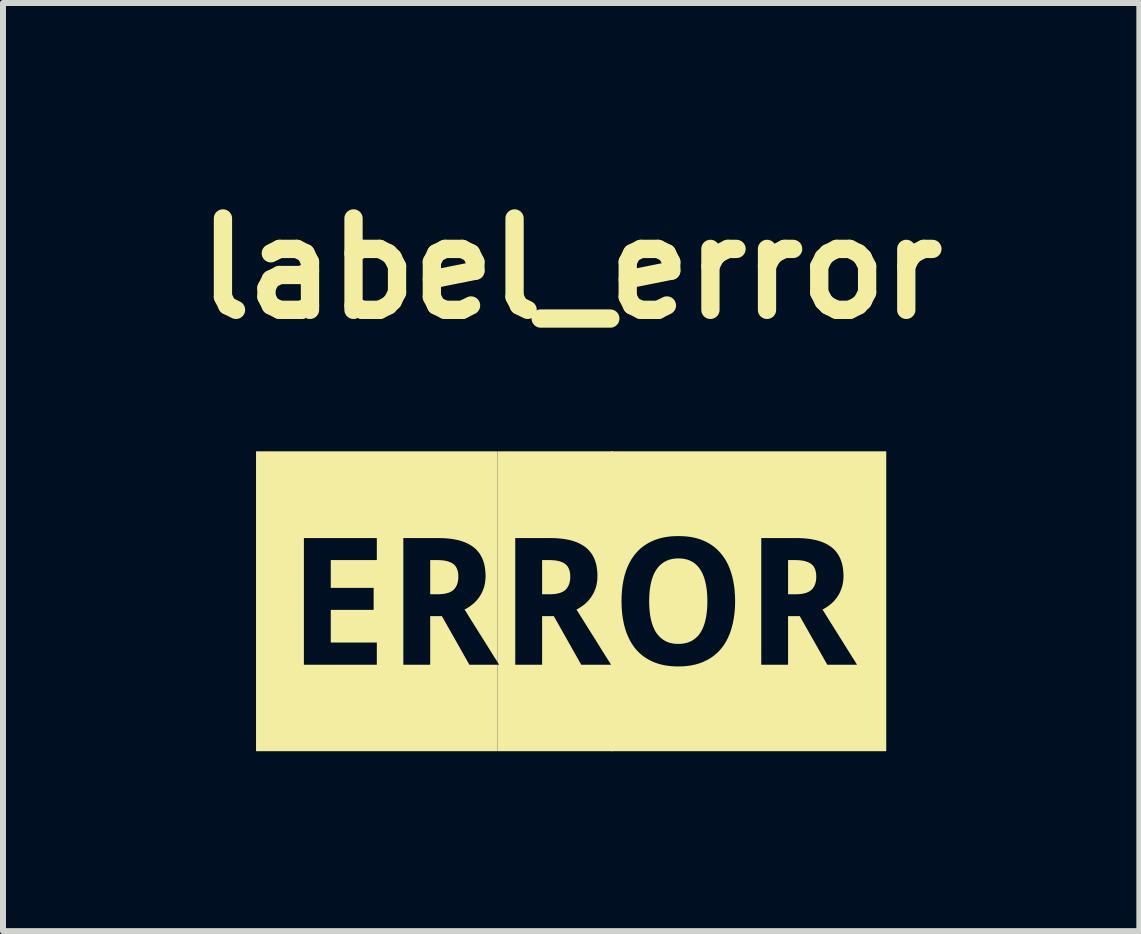
<source format=kicad_pcb>
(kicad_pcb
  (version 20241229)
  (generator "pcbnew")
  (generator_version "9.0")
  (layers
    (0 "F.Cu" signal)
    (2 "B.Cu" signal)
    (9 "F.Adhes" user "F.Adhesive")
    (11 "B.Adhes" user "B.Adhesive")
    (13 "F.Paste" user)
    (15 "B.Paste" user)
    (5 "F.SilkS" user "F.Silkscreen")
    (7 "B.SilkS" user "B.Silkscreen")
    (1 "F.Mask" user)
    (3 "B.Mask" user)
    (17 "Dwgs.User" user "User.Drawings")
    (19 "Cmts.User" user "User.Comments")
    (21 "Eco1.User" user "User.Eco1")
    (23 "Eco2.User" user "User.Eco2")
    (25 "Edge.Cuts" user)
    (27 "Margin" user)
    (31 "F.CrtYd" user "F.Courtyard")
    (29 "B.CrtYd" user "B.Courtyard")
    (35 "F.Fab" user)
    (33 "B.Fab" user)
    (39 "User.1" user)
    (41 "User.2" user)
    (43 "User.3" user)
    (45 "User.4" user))
  (footprint "label_error"
    (layer "F.Cu")
    (at 6.473 6.975)
    (property "Reference" "label_error" (at 0 -5.548 0) (layer "F.SilkS") (effects (font (size 1.524 1.524) (thickness 0.305))))
    (attr smd)
    (fp_poly (pts (xy -2.35 -0.687) (xy -2.35 -0.116) (xy -2.229 -0.116) (xy -2.211 -0.116) (xy -2.194 -0.117) (xy -2.178 -0.118) (xy -2.162 -0.119) (xy -2.146 -0.12) (xy -2.131 -0.122) (xy -2.116 -0.124) (xy -2.102 -0.127) (xy -2.088 -0.13) (xy -2.075 -0.133) (xy -2.063 -0.136) (xy -2.05 -0.14) (xy -2.038 -0.144) (xy -2.027 -0.149) (xy -2.016 -0.154) (xy -2.006 -0.159) (xy -1.996 -0.164) (xy -1.987 -0.17) (xy -1.978 -0.177) (xy -1.969 -0.183) (xy -1.962 -0.19) (xy -1.953 -0.198) (xy -1.945 -0.207) (xy -1.937 -0.217) (xy -1.93 -0.227) (xy -1.923 -0.237) (xy -1.917 -0.248) (xy -1.911 -0.259) (xy -1.906 -0.27) (xy -1.901 -0.282) (xy -1.897 -0.295) (xy -1.893 -0.307) (xy -1.89 -0.321) (xy -1.887 -0.334) (xy -1.885 -0.349) (xy -1.883 -0.363) (xy -1.882 -0.378) (xy -1.881 -0.393) (xy -1.881 -0.409) (xy -1.881 -0.426) (xy -1.882 -0.442) (xy -1.883 -0.457) (xy -1.885 -0.472) (xy -1.888 -0.486) (xy -1.891 -0.5) (xy -1.894 -0.513) (xy -1.898 -0.526) (xy -1.903 -0.538) (xy -1.908 -0.549) (xy -1.913 -0.561) (xy -1.919 -0.571) (xy -1.926 -0.581) (xy -1.933 -0.591) (xy -1.941 -0.6) (xy -1.949 -0.608) (xy -1.958 -0.616) (xy -1.968 -0.623) (xy -1.976 -0.629) (xy -1.985 -0.635) (xy -1.994 -0.64) (xy -2.004 -0.645) (xy -2.014 -0.65) (xy -2.025 -0.654) (xy -2.036 -0.658) (xy -2.047 -0.662) (xy -2.059 -0.666) (xy -2.072 -0.669) (xy -2.084 -0.672) (xy -2.098 -0.675) (xy -2.111 -0.677) (xy -2.125 -0.68) (xy -2.14 -0.681) (xy -2.155 -0.683) (xy -2.17 -0.684) (xy -2.186 -0.685) (xy -2.202 -0.686) (xy -2.219 -0.686) (xy -2.236 -0.687) (xy -2.35 -0.687)) (stroke (width 0) (type solid)) (fill yes) (layer "F.SilkS"))
    (fp_poly (pts (xy -0.484 -0.687) (xy -0.484 -0.116) (xy -0.363 -0.116) (xy -0.345 -0.116) (xy -0.328 -0.117) (xy -0.312 -0.118) (xy -0.296 -0.119) (xy -0.28 -0.12) (xy -0.265 -0.122) (xy -0.25 -0.124) (xy -0.236 -0.127) (xy -0.223 -0.13) (xy -0.209 -0.133) (xy -0.197 -0.136) (xy -0.184 -0.14) (xy -0.173 -0.144) (xy -0.161 -0.149) (xy -0.15 -0.154) (xy -0.14 -0.159) (xy -0.13 -0.164) (xy -0.121 -0.17) (xy -0.112 -0.177) (xy -0.104 -0.183) (xy -0.096 -0.19) (xy -0.087 -0.198) (xy -0.079 -0.207) (xy -0.071 -0.217) (xy -0.064 -0.227) (xy -0.057 -0.237) (xy -0.051 -0.248) (xy -0.045 -0.259) (xy -0.04 -0.27) (xy -0.035 -0.282) (xy -0.031 -0.295) (xy -0.027 -0.307) (xy -0.024 -0.321) (xy -0.021 -0.334) (xy -0.019 -0.349) (xy -0.017 -0.363) (xy -0.016 -0.378) (xy -0.015 -0.393) (xy -0.015 -0.409) (xy -0.015 -0.426) (xy -0.016 -0.442) (xy -0.017 -0.457) (xy -0.019 -0.472) (xy -0.021 -0.486) (xy -0.024 -0.5) (xy -0.028 -0.513) (xy -0.032 -0.526) (xy -0.036 -0.538) (xy -0.042 -0.549) (xy -0.047 -0.561) (xy -0.053 -0.571) (xy -0.06 -0.581) (xy -0.067 -0.591) (xy -0.075 -0.6) (xy -0.083 -0.608) (xy -0.092 -0.616) (xy -0.102 -0.623) (xy -0.11 -0.629) (xy -0.119 -0.635) (xy -0.128 -0.64) (xy -0.138 -0.645) (xy -0.148 -0.65) (xy -0.159 -0.654) (xy -0.17 -0.658) (xy -0.181 -0.662) (xy -0.193 -0.666) (xy -0.206 -0.669) (xy -0.219 -0.672) (xy -0.232 -0.675) (xy -0.245 -0.677) (xy -0.259 -0.68) (xy -0.274 -0.681) (xy -0.289 -0.683) (xy -0.304 -0.684) (xy -0.32 -0.685) (xy -0.336 -0.686) (xy -0.353 -0.686) (xy -0.37 -0.687) (xy -0.484 -0.687)) (stroke (width 0) (type solid)) (fill yes) (layer "F.SilkS"))
    (fp_poly (pts (xy 3.617 -0.687) (xy 3.617 -0.116) (xy 3.739 -0.116) (xy 3.756 -0.116) (xy 3.773 -0.117) (xy 3.79 -0.118) (xy 3.806 -0.119) (xy 3.821 -0.12) (xy 3.837 -0.122) (xy 3.851 -0.124) (xy 3.865 -0.127) (xy 3.879 -0.13) (xy 3.892 -0.133) (xy 3.905 -0.136) (xy 3.917 -0.14) (xy 3.929 -0.144) (xy 3.94 -0.149) (xy 3.951 -0.154) (xy 3.961 -0.159) (xy 3.971 -0.164) (xy 3.981 -0.17) (xy 3.99 -0.177) (xy 3.998 -0.183) (xy 4.006 -0.19) (xy 4.015 -0.198) (xy 4.023 -0.207) (xy 4.031 -0.217) (xy 4.038 -0.227) (xy 4.045 -0.237) (xy 4.051 -0.248) (xy 4.057 -0.259) (xy 4.062 -0.27) (xy 4.067 -0.282) (xy 4.071 -0.295) (xy 4.075 -0.307) (xy 4.078 -0.321) (xy 4.081 -0.334) (xy 4.083 -0.349) (xy 4.085 -0.363) (xy 4.086 -0.378) (xy 4.087 -0.393) (xy 4.087 -0.409) (xy 4.087 -0.426) (xy 4.086 -0.442) (xy 4.085 -0.457) (xy 4.083 -0.472) (xy 4.08 -0.486) (xy 4.077 -0.5) (xy 4.074 -0.513) (xy 4.07 -0.526) (xy 4.065 -0.538) (xy 4.06 -0.549) (xy 4.055 -0.561) (xy 4.049 -0.571) (xy 4.042 -0.581) (xy 4.035 -0.591) (xy 4.027 -0.6) (xy 4.019 -0.608) (xy 4.01 -0.616) (xy 4 -0.623) (xy 3.992 -0.629) (xy 3.983 -0.635) (xy 3.974 -0.64) (xy 3.964 -0.645) (xy 3.954 -0.65) (xy 3.943 -0.654) (xy 3.932 -0.658) (xy 3.92 -0.662) (xy 3.909 -0.666) (xy 3.896 -0.669) (xy 3.883 -0.672) (xy 3.87 -0.675) (xy 3.856 -0.677) (xy 3.842 -0.68) (xy 3.828 -0.681) (xy 3.813 -0.683) (xy 3.797 -0.684) (xy 3.782 -0.685) (xy 3.765 -0.686) (xy 3.749 -0.686) (xy 3.731 -0.687) (xy 3.617 -0.687)) (stroke (width 0) (type solid)) (fill yes) (layer "F.SilkS"))
    (fp_poly (pts (xy -0.932 -1.054) (xy -1.23 -2.5) (xy -1.23 1.01) (xy -1.225 1.017) (xy -1.201 1.058) (xy -1.23 1.058) (xy -1.23 2.5) (xy 0.7 2.5) (xy 0.7 -2.5) (xy -1.23 -2.5) (xy -0.932 -1.054) (xy -0.354 -1.054) (xy -0.337 -1.054) (xy -0.319 -1.053) (xy -0.302 -1.053) (xy -0.285 -1.052) (xy -0.268 -1.052) (xy -0.252 -1.051) (xy -0.236 -1.05) (xy -0.219 -1.049) (xy -0.203 -1.048) (xy -0.188 -1.046) (xy -0.172 -1.045) (xy -0.157 -1.043) (xy -0.142 -1.041) (xy -0.127 -1.039) (xy -0.112 -1.037) (xy -0.098 -1.035) (xy -0.083 -1.032) (xy -0.069 -1.029) (xy -0.055 -1.027) (xy -0.041 -1.024) (xy -0.028 -1.021) (xy -0.015 -1.018) (xy -0.001 -1.014) (xy 0.011 -1.011) (xy 0.024 -1.007) (xy 0.037 -1.003) (xy 0.049 -0.999) (xy 0.061 -0.995) (xy 0.073 -0.991) (xy 0.085 -0.987) (xy 0.096 -0.982) (xy 0.108 -0.977) (xy 0.119 -0.972) (xy 0.13 -0.967) (xy 0.14 -0.962) (xy 0.151 -0.957) (xy 0.161 -0.952) (xy 0.171 -0.946) (xy 0.181 -0.94) (xy 0.191 -0.934) (xy 0.2 -0.928) (xy 0.21 -0.922) (xy 0.219 -0.916) (xy 0.228 -0.909) (xy 0.237 -0.903) (xy 0.245 -0.896) (xy 0.255 -0.888) (xy 0.264 -0.88) (xy 0.274 -0.871) (xy 0.283 -0.862) (xy 0.291 -0.853) (xy 0.3 -0.844) (xy 0.308 -0.835) (xy 0.316 -0.825) (xy 0.324 -0.815) (xy 0.332 -0.805) (xy 0.339 -0.795) (xy 0.346 -0.785) (xy 0.353 -0.774) (xy 0.359 -0.763) (xy 0.365 -0.752) (xy 0.371 -0.741) (xy 0.377 -0.729) (xy 0.382 -0.717) (xy 0.388 -0.705) (xy 0.393 -0.693) (xy 0.397 -0.681) (xy 0.402 -0.668) (xy 0.406 -0.655) (xy 0.41 -0.642) (xy 0.414 -0.629) (xy 0.417 -0.616) (xy 0.42 -0.602) (xy 0.423 -0.588) (xy 0.426 -0.574) (xy 0.428 -0.559) (xy 0.43 -0.545) (xy 0.432 -0.53) (xy 0.434 -0.515) (xy 0.435 -0.5) (xy 0.436 -0.485) (xy 0.437 -0.469) (xy 0.438 -0.453) (xy 0.438 -0.437) (xy 0.438 -0.421) (xy 0.438 -0.407) (xy 0.438 -0.392) (xy 0.437 -0.378) (xy 0.436 -0.365) (xy 0.435 -0.351) (xy 0.434 -0.337) (xy 0.432 -0.324) (xy 0.43 -0.311) (xy 0.428 -0.298) (xy 0.426 -0.286) (xy 0.423 -0.273) (xy 0.42 -0.261) (xy 0.417 -0.248) (xy 0.414 -0.236) (xy 0.41 -0.225) (xy 0.405 -0.211) (xy 0.4 -0.198) (xy 0.395 -0.185) (xy 0.39 -0.172) (xy 0.385 -0.16) (xy 0.379 -0.147) (xy 0.373 -0.135) (xy 0.366 -0.123) (xy 0.36 -0.111) (xy 0.353 -0.1) (xy 0.346 -0.089) (xy 0.339 -0.078) (xy 0.332 -0.067) (xy 0.324 -0.056) (xy 0.315 -0.045) (xy 0.307 -0.034) (xy 0.298 -0.024) (xy 0.289 -0.013) (xy 0.28 -0.003) (xy 0.271 0.007) (xy 0.261 0.016) (xy 0.251 0.026) (xy 0.241 0.035) (xy 0.231 0.044) (xy 0.221 0.053) (xy 0.21 0.061) (xy 0.2 0.069) (xy 0.189 0.077) (xy 0.178 0.085) (xy 0.168 0.092) (xy 0.157 0.099) (xy 0.146 0.106) (xy 0.135 0.113) (xy 0.123 0.12) (xy 0.112 0.126) (xy 0.101 0.132) (xy 0.089 0.138) (xy 0.097 0.151) (xy 0.105 0.164) (xy 0.113 0.177) (xy 0.122 0.19) (xy 0.13 0.203) (xy 0.138 0.216) (xy 0.146 0.229) (xy 0.153 0.241) (xy 0.161 0.254) (xy 0.169 0.266) (xy 0.177 0.279) (xy 0.185 0.291) (xy 0.192 0.303) (xy 0.2 0.316) (xy 0.208 0.328) (xy 0.215 0.34) (xy 0.223 0.352) (xy 0.23 0.364) (xy 0.237 0.375) (xy 0.245 0.387) (xy 0.252 0.399) (xy 0.26 0.411) (xy 0.267 0.422) (xy 0.274 0.434) (xy 0.281 0.445) (xy 0.288 0.456) (xy 0.295 0.468) (xy 0.302 0.479) (xy 0.309 0.49) (xy 0.316 0.501) (xy 0.323 0.512) (xy 0.33 0.523) (xy 0.337 0.534) (xy 0.344 0.544) (xy 0.35 0.555) (xy 0.357 0.566) (xy 0.364 0.576) (xy 0.37 0.587) (xy 0.377 0.597) (xy 0.384 0.609) (xy 0.391 0.62) (xy 0.399 0.632) (xy 0.406 0.643) (xy 0.413 0.654) (xy 0.42 0.666) (xy 0.427 0.677) (xy 0.434 0.688) (xy 0.441 0.699) (xy 0.448 0.711) (xy 0.455 0.722) (xy 0.462 0.733) (xy 0.468 0.744) (xy 0.475 0.755) (xy 0.482 0.766) (xy 0.49 0.778) (xy 0.498 0.791) (xy 0.505 0.803) (xy 0.513 0.815) (xy 0.52 0.827) (xy 0.528 0.838) (xy 0.535 0.85) (xy 0.542 0.861) (xy 0.549 0.872) (xy 0.555 0.883) (xy 0.562 0.893) (xy 0.568 0.904) (xy 0.575 0.914) (xy 0.583 0.928) (xy 0.592 0.941) (xy 0.6 0.954) (xy 0.608 0.966) (xy 0.615 0.978) (xy 0.622 0.988) (xy 0.629 0.999) (xy 0.635 1.008) (xy 0.641 1.017) (xy 0.666 1.058) (xy 0.168 1.058) (xy -0.289 0.248) (xy -0.484 0.248) (xy -0.484 1.058) (xy -0.932 1.058) (xy -0.932 -1.054)) (stroke (width 0) (type solid)) (fill yes) (layer "F.SilkS"))
    (fp_poly (pts (xy -4.456 -1.054) (xy -5.254 -2.5) (xy -5.254 2.5) (xy -1.23 2.5) (xy -1.23 1.058) (xy -1.697 1.058) (xy -2.155 0.248) (xy -2.35 0.248) (xy -2.35 1.058) (xy -2.798 1.058) (xy -2.798 -1.054) (xy -2.22 -1.054) (xy -2.202 -1.054) (xy -2.185 -1.053) (xy -2.168 -1.053) (xy -2.151 -1.052) (xy -2.134 -1.052) (xy -2.118 -1.051) (xy -2.101 -1.05) (xy -2.085 -1.049) (xy -2.069 -1.048) (xy -2.054 -1.046) (xy -2.038 -1.045) (xy -2.023 -1.043) (xy -2.008 -1.041) (xy -1.993 -1.039) (xy -1.978 -1.037) (xy -1.963 -1.035) (xy -1.949 -1.032) (xy -1.935 -1.029) (xy -1.921 -1.027) (xy -1.907 -1.024) (xy -1.894 -1.021) (xy -1.88 -1.018) (xy -1.867 -1.014) (xy -1.854 -1.011) (xy -1.842 -1.007) (xy -1.829 -1.003) (xy -1.817 -0.999) (xy -1.805 -0.995) (xy -1.793 -0.991) (xy -1.781 -0.987) (xy -1.77 -0.982) (xy -1.758 -0.977) (xy -1.747 -0.972) (xy -1.736 -0.967) (xy -1.726 -0.962) (xy -1.715 -0.957) (xy -1.705 -0.952) (xy -1.695 -0.946) (xy -1.685 -0.94) (xy -1.675 -0.934) (xy -1.665 -0.928) (xy -1.656 -0.922) (xy -1.647 -0.916) (xy -1.638 -0.909) (xy -1.629 -0.903) (xy -1.621 -0.896) (xy -1.611 -0.888) (xy -1.602 -0.88) (xy -1.592 -0.871) (xy -1.583 -0.862) (xy -1.574 -0.853) (xy -1.566 -0.844) (xy -1.558 -0.835) (xy -1.55 -0.825) (xy -1.542 -0.815) (xy -1.534 -0.805) (xy -1.527 -0.795) (xy -1.52 -0.785) (xy -1.513 -0.774) (xy -1.507 -0.763) (xy -1.501 -0.752) (xy -1.495 -0.741) (xy -1.489 -0.729) (xy -1.483 -0.717) (xy -1.478 -0.705) (xy -1.473 -0.693) (xy -1.469 -0.681) (xy -1.464 -0.668) (xy -1.46 -0.655) (xy -1.456 -0.642) (xy -1.452 -0.629) (xy -1.449 -0.616) (xy -1.446 -0.602) (xy -1.443 -0.588) (xy -1.44 -0.574) (xy -1.438 -0.559) (xy -1.436 -0.545) (xy -1.434 -0.53) (xy -1.432 -0.515) (xy -1.431 -0.5) (xy -1.429 -0.485) (xy -1.429 -0.469) (xy -1.428 -0.453) (xy -1.427 -0.437) (xy -1.427 -0.421) (xy -1.427 -0.407) (xy -1.428 -0.392) (xy -1.429 -0.378) (xy -1.429 -0.365) (xy -1.431 -0.351) (xy -1.432 -0.337) (xy -1.434 -0.324) (xy -1.435 -0.311) (xy -1.438 -0.298) (xy -1.44 -0.286) (xy -1.443 -0.273) (xy -1.446 -0.261) (xy -1.449 -0.248) (xy -1.452 -0.236) (xy -1.456 -0.225) (xy -1.461 -0.211) (xy -1.465 -0.198) (xy -1.47 -0.185) (xy -1.476 -0.172) (xy -1.481 -0.16) (xy -1.487 -0.147) (xy -1.493 -0.135) (xy -1.499 -0.123) (xy -1.506 -0.111) (xy -1.513 -0.1) (xy -1.52 -0.089) (xy -1.527 -0.078) (xy -1.534 -0.067) (xy -1.542 -0.056) (xy -1.551 -0.045) (xy -1.559 -0.034) (xy -1.568 -0.024) (xy -1.577 -0.013) (xy -1.586 -0.003) (xy -1.595 0.007) (xy -1.605 0.016) (xy -1.615 0.026) (xy -1.625 0.035) (xy -1.635 0.044) (xy -1.646 0.053) (xy -1.656 0.061) (xy -1.667 0.069) (xy -1.677 0.077) (xy -1.688 0.085) (xy -1.699 0.092) (xy -1.709 0.099) (xy -1.72 0.106) (xy -1.731 0.113) (xy -1.743 0.12) (xy -1.754 0.126) (xy -1.765 0.132) (xy -1.777 0.138) (xy -1.769 0.151) (xy -1.76 0.164) (xy -1.752 0.177) (xy -1.744 0.19) (xy -1.736 0.203) (xy -1.728 0.216) (xy -1.72 0.229) (xy -1.712 0.241) (xy -1.705 0.254) (xy -1.697 0.266) (xy -1.689 0.279) (xy -1.681 0.291) (xy -1.674 0.303) (xy -1.666 0.316) (xy -1.659 0.328) (xy -1.651 0.34) (xy -1.643 0.352) (xy -1.636 0.364) (xy -1.629 0.375) (xy -1.621 0.387) (xy -1.614 0.399) (xy -1.607 0.411) (xy -1.599 0.422) (xy -1.592 0.434) (xy -1.585 0.445) (xy -1.578 0.456) (xy -1.571 0.468) (xy -1.564 0.479) (xy -1.557 0.49) (xy -1.55 0.501) (xy -1.543 0.512) (xy -1.536 0.523) (xy -1.53 0.534) (xy -1.523 0.544) (xy -1.516 0.555) (xy -1.509 0.566) (xy -1.503 0.576) (xy -1.496 0.587) (xy -1.49 0.597) (xy -1.482 0.609) (xy -1.475 0.62) (xy -1.468 0.632) (xy -1.461 0.643) (xy -1.453 0.654) (xy -1.446 0.666) (xy -1.439 0.677) (xy -1.432 0.688) (xy -1.425 0.699) (xy -1.418 0.711) (xy -1.411 0.722) (xy -1.404 0.733) (xy -1.397 0.744) (xy -1.391 0.755) (xy -1.384 0.766) (xy -1.376 0.778) (xy -1.368 0.791) (xy -1.36 0.803) (xy -1.353 0.815) (xy -1.346 0.827) (xy -1.338 0.838) (xy -1.331 0.85) (xy -1.324 0.861) (xy -1.318 0.872) (xy -1.311 0.883) (xy -1.304 0.893) (xy -1.298 0.904) (xy -1.292 0.914) (xy -1.284 0.927) (xy -1.276 0.939) (xy -1.268 0.951) (xy -1.261 0.962) (xy -1.254 0.972) (xy -1.248 0.982) (xy -1.242 0.992) (xy -1.236 1.001) (xy -1.23 1.01) (xy -1.23 -2.5) (xy -5.254 -2.5) (xy -4.456 -1.054) (xy -3.24 -1.054) (xy -3.24 -0.687) (xy -4.008 -0.687) (xy -4.008 -0.223) (xy -3.293 -0.223) (xy -3.293 0.144) (xy -4.008 0.144) (xy -4.008 0.688) (xy -3.24 0.688) (xy -3.24 1.058) (xy -4.456 1.058) (xy -4.456 -1.054)) (stroke (width 0) (type solid)) (fill yes) (layer "F.SilkS"))
    (fp_poly (pts (xy 1.789 -0.714) (xy 1.774 -0.714) (xy 1.76 -0.713) (xy 1.746 -0.713) (xy 1.732 -0.711) (xy 1.718 -0.71) (xy 1.705 -0.708) (xy 1.691 -0.706) (xy 1.678 -0.703) (xy 1.665 -0.7) (xy 1.653 -0.697) (xy 1.641 -0.694) (xy 1.628 -0.69) (xy 1.617 -0.685) (xy 1.605 -0.681) (xy 1.593 -0.676) (xy 1.582 -0.671) (xy 1.571 -0.665) (xy 1.56 -0.659) (xy 1.549 -0.652) (xy 1.538 -0.645) (xy 1.527 -0.638) (xy 1.517 -0.63) (xy 1.506 -0.622) (xy 1.496 -0.614) (xy 1.487 -0.605) (xy 1.477 -0.596) (xy 1.468 -0.587) (xy 1.459 -0.577) (xy 1.45 -0.567) (xy 1.442 -0.557) (xy 1.434 -0.546) (xy 1.426 -0.535) (xy 1.418 -0.523) (xy 1.412 -0.513) (xy 1.405 -0.502) (xy 1.399 -0.491) (xy 1.393 -0.48) (xy 1.387 -0.469) (xy 1.382 -0.457) (xy 1.377 -0.446) (xy 1.371 -0.433) (xy 1.366 -0.421) (xy 1.362 -0.408) (xy 1.357 -0.396) (xy 1.352 -0.382) (xy 1.348 -0.369) (xy 1.344 -0.355) (xy 1.34 -0.342) (xy 1.337 -0.327) (xy 1.333 -0.313) (xy 1.33 -0.298) (xy 1.327 -0.286) (xy 1.325 -0.274) (xy 1.322 -0.262) (xy 1.32 -0.25) (xy 1.318 -0.237) (xy 1.316 -0.224) (xy 1.314 -0.211) (xy 1.313 -0.198) (xy 1.311 -0.185) (xy 1.31 -0.172) (xy 1.308 -0.158) (xy 1.307 -0.145) (xy 1.306 -0.131) (xy 1.305 -0.117) (xy 1.304 -0.103) (xy 1.303 -0.089) (xy 1.303 -0.075) (xy 1.302 -0.06) (xy 1.302 -0.045) (xy 1.301 -0.031) (xy 1.301 -0.016) (xy 1.301 -0.001) (xy 1.301 0.014) (xy 1.301 0.029) (xy 1.302 0.044) (xy 1.302 0.058) (xy 1.303 0.073) (xy 1.303 0.087) (xy 1.304 0.101) (xy 1.305 0.116) (xy 1.306 0.129) (xy 1.307 0.143) (xy 1.308 0.157) (xy 1.31 0.17) (xy 1.311 0.184) (xy 1.313 0.197) (xy 1.314 0.21) (xy 1.316 0.223) (xy 1.318 0.236) (xy 1.32 0.249) (xy 1.322 0.261) (xy 1.325 0.274) (xy 1.327 0.286) (xy 1.33 0.298) (xy 1.333 0.312) (xy 1.337 0.327) (xy 1.34 0.341) (xy 1.344 0.354) (xy 1.348 0.368) (xy 1.352 0.381) (xy 1.357 0.394) (xy 1.362 0.407) (xy 1.366 0.42) (xy 1.371 0.432) (xy 1.377 0.444) (xy 1.382 0.456) (xy 1.387 0.468) (xy 1.393 0.479) (xy 1.399 0.49) (xy 1.405 0.501) (xy 1.412 0.512) (xy 1.418 0.522) (xy 1.426 0.534) (xy 1.435 0.546) (xy 1.443 0.557) (xy 1.452 0.568) (xy 1.462 0.578) (xy 1.471 0.588) (xy 1.481 0.598) (xy 1.491 0.607) (xy 1.502 0.616) (xy 1.512 0.625) (xy 1.523 0.633) (xy 1.534 0.641) (xy 1.546 0.648) (xy 1.558 0.656) (xy 1.57 0.662) (xy 1.58 0.668) (xy 1.591 0.673) (xy 1.603 0.678) (xy 1.614 0.683) (xy 1.626 0.687) (xy 1.638 0.691) (xy 1.65 0.694) (xy 1.663 0.698) (xy 1.676 0.7) (xy 1.689 0.703) (xy 1.702 0.705) (xy 1.715 0.707) (xy 1.729 0.709) (xy 1.743 0.71) (xy 1.757 0.711) (xy 1.772 0.711) (xy 1.786 0.711) (xy 1.801 0.711) (xy 1.816 0.711) (xy 1.83 0.71) (xy 1.845 0.709) (xy 1.859 0.707) (xy 1.872 0.705) (xy 1.886 0.703) (xy 1.899 0.7) (xy 1.912 0.698) (xy 1.924 0.694) (xy 1.937 0.691) (xy 1.949 0.687) (xy 1.961 0.683) (xy 1.972 0.678) (xy 1.984 0.673) (xy 1.995 0.668) (xy 2.006 0.662) (xy 2.018 0.656) (xy 2.03 0.648) (xy 2.041 0.641) (xy 2.052 0.633) (xy 2.063 0.625) (xy 2.074 0.616) (xy 2.084 0.607) (xy 2.094 0.598) (xy 2.104 0.588) (xy 2.114 0.578) (xy 2.123 0.568) (xy 2.132 0.557) (xy 2.14 0.546) (xy 2.148 0.534) (xy 2.156 0.522) (xy 2.163 0.512) (xy 2.169 0.501) (xy 2.175 0.49) (xy 2.181 0.479) (xy 2.187 0.468) (xy 2.192 0.456) (xy 2.197 0.444) (xy 2.202 0.432) (xy 2.207 0.42) (xy 2.212 0.407) (xy 2.217 0.394) (xy 2.221 0.381) (xy 2.225 0.368) (xy 2.229 0.354) (xy 2.233 0.341) (xy 2.236 0.327) (xy 2.239 0.312) (xy 2.243 0.298) (xy 2.245 0.286) (xy 2.248 0.274) (xy 2.25 0.261) (xy 2.252 0.249) (xy 2.254 0.236) (xy 2.256 0.223) (xy 2.258 0.21) (xy 2.26 0.197) (xy 2.261 0.184) (xy 2.263 0.17) (xy 2.264 0.157) (xy 2.265 0.143) (xy 2.267 0.129) (xy 2.268 0.116) (xy 2.268 0.101) (xy 2.269 0.087) (xy 2.27 0.073) (xy 2.27 0.058) (xy 2.271 0.044) (xy 2.271 0.029) (xy 2.271 0.014) (xy 2.271 -0.001) (xy 2.271 -0.016) (xy 2.271 -0.031) (xy 2.271 -0.045) (xy 2.27 -0.06) (xy 2.27 -0.075) (xy 2.269 -0.089) (xy 2.268 -0.103) (xy 2.268 -0.117) (xy 2.267 -0.131) (xy 2.265 -0.145) (xy 2.264 -0.158) (xy 2.263 -0.172) (xy 2.261 -0.185) (xy 2.26 -0.198) (xy 2.258 -0.211) (xy 2.256 -0.224) (xy 2.254 -0.237) (xy 2.252 -0.25) (xy 2.25 -0.262) (xy 2.248 -0.274) (xy 2.245 -0.286) (xy 2.243 -0.298) (xy 2.239 -0.313) (xy 2.236 -0.327) (xy 2.233 -0.342) (xy 2.229 -0.355) (xy 2.225 -0.369) (xy 2.221 -0.382) (xy 2.217 -0.396) (xy 2.212 -0.408) (xy 2.207 -0.421) (xy 2.202 -0.433) (xy 2.197 -0.446) (xy 2.192 -0.457) (xy 2.187 -0.469) (xy 2.181 -0.48) (xy 2.175 -0.491) (xy 2.169 -0.502) (xy 2.163 -0.513) (xy 2.156 -0.523) (xy 2.148 -0.536) (xy 2.14 -0.547) (xy 2.132 -0.559) (xy 2.123 -0.57) (xy 2.114 -0.58) (xy 2.105 -0.59) (xy 2.095 -0.6) (xy 2.085 -0.61) (xy 2.075 -0.619) (xy 2.064 -0.627) (xy 2.053 -0.636) (xy 2.042 -0.644) (xy 2.031 -0.651) (xy 2.019 -0.658) (xy 2.007 -0.665) (xy 1.996 -0.671) (xy 1.985 -0.676) (xy 1.974 -0.681) (xy 1.962 -0.685) (xy 1.951 -0.69) (xy 1.938 -0.694) (xy 1.926 -0.697) (xy 1.914 -0.7) (xy 1.901 -0.703) (xy 1.888 -0.706) (xy 1.874 -0.708) (xy 1.861 -0.71) (xy 1.847 -0.711) (xy 1.833 -0.713) (xy 1.818 -0.713) (xy 1.804 -0.714) (xy 1.789 -0.714)) (stroke (width 0) (type solid)) (fill yes) (layer "F.SilkS"))
    (fp_poly (pts (xy 3.17 -1.054) (xy 1.82 -1.086) (xy 1.835 -1.086) (xy 1.851 -1.085) (xy 1.866 -1.085) (xy 1.88 -1.084) (xy 1.895 -1.083) (xy 1.91 -1.082) (xy 1.924 -1.08) (xy 1.939 -1.079) (xy 1.953 -1.077) (xy 1.967 -1.075) (xy 1.981 -1.073) (xy 1.995 -1.071) (xy 2.009 -1.069) (xy 2.022 -1.066) (xy 2.036 -1.063) (xy 2.049 -1.061) (xy 2.062 -1.058) (xy 2.075 -1.054) (xy 2.088 -1.051) (xy 2.101 -1.048) (xy 2.113 -1.044) (xy 2.126 -1.04) (xy 2.138 -1.036) (xy 2.151 -1.032) (xy 2.163 -1.028) (xy 2.175 -1.023) (xy 2.186 -1.019) (xy 2.198 -1.014) (xy 2.21 -1.009) (xy 2.223 -1.003) (xy 2.236 -0.997) (xy 2.248 -0.991) (xy 2.261 -0.985) (xy 2.273 -0.978) (xy 2.285 -0.972) (xy 2.297 -0.965) (xy 2.309 -0.958) (xy 2.321 -0.95) (xy 2.333 -0.943) (xy 2.344 -0.935) (xy 2.355 -0.928) (xy 2.366 -0.92) (xy 2.377 -0.912) (xy 2.388 -0.903) (xy 2.398 -0.895) (xy 2.409 -0.886) (xy 2.419 -0.877) (xy 2.429 -0.868) (xy 2.439 -0.859) (xy 2.448 -0.849) (xy 2.458 -0.84) (xy 2.467 -0.83) (xy 2.476 -0.82) (xy 2.485 -0.81) (xy 2.494 -0.8) (xy 2.503 -0.789) (xy 2.511 -0.779) (xy 2.519 -0.769) (xy 2.527 -0.758) (xy 2.535 -0.747) (xy 2.543 -0.737) (xy 2.55 -0.726) (xy 2.557 -0.715) (xy 2.565 -0.703) (xy 2.572 -0.692) (xy 2.579 -0.681) (xy 2.585 -0.669) (xy 2.592 -0.657) (xy 2.598 -0.645) (xy 2.604 -0.633) (xy 2.611 -0.621) (xy 2.617 -0.608) (xy 2.622 -0.596) (xy 2.628 -0.583) (xy 2.633 -0.57) (xy 2.639 -0.557) (xy 2.644 -0.544) (xy 2.649 -0.531) (xy 2.654 -0.517) (xy 2.659 -0.503) (xy 2.663 -0.49) (xy 2.668 -0.476) (xy 2.672 -0.462) (xy 2.676 -0.447) (xy 2.679 -0.435) (xy 2.683 -0.423) (xy 2.686 -0.411) (xy 2.689 -0.398) (xy 2.692 -0.386) (xy 2.695 -0.373) (xy 2.698 -0.361) (xy 2.701 -0.348) (xy 2.703 -0.335) (xy 2.706 -0.322) (xy 2.708 -0.309) (xy 2.71 -0.296) (xy 2.712 -0.283) (xy 2.715 -0.27) (xy 2.717 -0.256) (xy 2.718 -0.243) (xy 2.72 -0.229) (xy 2.722 -0.216) (xy 2.723 -0.202) (xy 2.725 -0.188) (xy 2.726 -0.174) (xy 2.727 -0.16) (xy 2.728 -0.146) (xy 2.729 -0.132) (xy 2.73 -0.118) (xy 2.731 -0.103) (xy 2.732 -0.089) (xy 2.732 -0.075) (xy 2.733 -0.06) (xy 2.733 -0.045) (xy 2.734 -0.031) (xy 2.734 -0.016) (xy 2.734 -0.001) (xy 2.734 0.014) (xy 2.734 0.03) (xy 2.733 0.045) (xy 2.733 0.06) (xy 2.732 0.074) (xy 2.732 0.089) (xy 2.731 0.104) (xy 2.73 0.119) (xy 2.729 0.133) (xy 2.728 0.147) (xy 2.727 0.162) (xy 2.726 0.176) (xy 2.724 0.19) (xy 2.723 0.204) (xy 2.721 0.218) (xy 2.719 0.232) (xy 2.717 0.246) (xy 2.715 0.26) (xy 2.713 0.274) (xy 2.711 0.287) (xy 2.709 0.301) (xy 2.706 0.314) (xy 2.704 0.328) (xy 2.701 0.341) (xy 2.698 0.354) (xy 2.696 0.367) (xy 2.693 0.38) (xy 2.689 0.393) (xy 2.686 0.406) (xy 2.683 0.419) (xy 2.679 0.431) (xy 2.676 0.444) (xy 2.672 0.458) (xy 2.668 0.472) (xy 2.663 0.486) (xy 2.659 0.5) (xy 2.654 0.514) (xy 2.649 0.527) (xy 2.644 0.541) (xy 2.639 0.554) (xy 2.633 0.567) (xy 2.628 0.58) (xy 2.622 0.593) (xy 2.617 0.606) (xy 2.611 0.618) (xy 2.604 0.63) (xy 2.598 0.643) (xy 2.592 0.655) (xy 2.585 0.667) (xy 2.579 0.678) (xy 2.572 0.69) (xy 2.565 0.701) (xy 2.557 0.713) (xy 2.55 0.724) (xy 2.543 0.735) (xy 2.535 0.746) (xy 2.527 0.757) (xy 2.519 0.767) (xy 2.511 0.778) (xy 2.503 0.788) (xy 2.494 0.798) (xy 2.485 0.809) (xy 2.476 0.819) (xy 2.467 0.829) (xy 2.457 0.839) (xy 2.448 0.848) (xy 2.438 0.858) (xy 2.428 0.867) (xy 2.418 0.876) (xy 2.407 0.885) (xy 2.397 0.894) (xy 2.386 0.902) (xy 2.376 0.911) (xy 2.365 0.919) (xy 2.353 0.927) (xy 2.342 0.935) (xy 2.331 0.942) (xy 2.319 0.95) (xy 2.307 0.957) (xy 2.295 0.964) (xy 2.283 0.971) (xy 2.27 0.978) (xy 2.258 0.984) (xy 2.245 0.991) (xy 2.232 0.997) (xy 2.219 1.003) (xy 2.206 1.009) (xy 2.195 1.014) (xy 2.183 1.019) (xy 2.171 1.023) (xy 2.159 1.028) (xy 2.147 1.032) (xy 2.135 1.036) (xy 2.123 1.04) (xy 2.11 1.044) (xy 2.098 1.048) (xy 2.085 1.051) (xy 2.072 1.054) (xy 2.059 1.058) (xy 2.046 1.061) (xy 2.033 1.063) (xy 2.019 1.066) (xy 2.006 1.069) (xy 1.992 1.071) (xy 1.978 1.073) (xy 1.964 1.075) (xy 1.95 1.077) (xy 1.936 1.079) (xy 1.922 1.08) (xy 1.907 1.082) (xy 1.892 1.083) (xy 1.878 1.084) (xy 1.863 1.085) (xy 1.848 1.085) (xy 1.833 1.086) (xy 1.817 1.086) (xy 1.802 1.087) (xy 1.786 1.087) (xy 1.771 1.087) (xy 1.755 1.086) (xy 1.74 1.086) (xy 1.725 1.085) (xy 1.71 1.085) (xy 1.695 1.084) (xy 1.68 1.083) (xy 1.665 1.082) (xy 1.651 1.08) (xy 1.636 1.079) (xy 1.622 1.077) (xy 1.608 1.075) (xy 1.594 1.073) (xy 1.58 1.071) (xy 1.566 1.069) (xy 1.553 1.066) (xy 1.539 1.063) (xy 1.526 1.061) (xy 1.513 1.058) (xy 1.5 1.054) (xy 1.487 1.051) (xy 1.474 1.048) (xy 1.461 1.044) (xy 1.449 1.04) (xy 1.436 1.036) (xy 1.424 1.032) (xy 1.412 1.028) (xy 1.4 1.023) (xy 1.388 1.019) (xy 1.376 1.014) (xy 1.365 1.009) (xy 1.351 1.003) (xy 1.339 0.997) (xy 1.326 0.991) (xy 1.313 0.984) (xy 1.301 0.978) (xy 1.289 0.971) (xy 1.276 0.964) (xy 1.265 0.957) (xy 1.253 0.95) (xy 1.241 0.942) (xy 1.23 0.935) (xy 1.218 0.927) (xy 1.207 0.919) (xy 1.196 0.911) (xy 1.186 0.902) (xy 1.175 0.894) (xy 1.165 0.885) (xy 1.154 0.876) (xy 1.144 0.867) (xy 1.134 0.858) (xy 1.125 0.848) (xy 1.115 0.839) (xy 1.106 0.829) (xy 1.096 0.819) (xy 1.087 0.809) (xy 1.078 0.798) (xy 1.07 0.788) (xy 1.061 0.778) (xy 1.053 0.767) (xy 1.046 0.757) (xy 1.038 0.746) (xy 1.03 0.735) (xy 1.023 0.724) (xy 1.016 0.713) (xy 1.008 0.701) (xy 1.001 0.69) (xy 0.995 0.678) (xy 0.988 0.667) (xy 0.981 0.655) (xy 0.975 0.643) (xy 0.969 0.63) (xy 0.963 0.618) (xy 0.957 0.606) (xy 0.951 0.593) (xy 0.945 0.58) (xy 0.94 0.567) (xy 0.934 0.554) (xy 0.929 0.541) (xy 0.924 0.527) (xy 0.919 0.514) (xy 0.914 0.5) (xy 0.91 0.486) (xy 0.905 0.472) (xy 0.901 0.458) (xy 0.897 0.444) (xy 0.893 0.432) (xy 0.89 0.419) (xy 0.887 0.407) (xy 0.884 0.394) (xy 0.881 0.382) (xy 0.878 0.369) (xy 0.875 0.356) (xy 0.873 0.343) (xy 0.87 0.331) (xy 0.868 0.318) (xy 0.865 0.304) (xy 0.863 0.291) (xy 0.861 0.278) (xy 0.859 0.265) (xy 0.857 0.251) (xy 0.855 0.238) (xy 0.854 0.224) (xy 0.852 0.211) (xy 0.85 0.197) (xy 0.849 0.183) (xy 0.848 0.169) (xy 0.847 0.155) (xy 0.845 0.141) (xy 0.844 0.127) (xy 0.844 0.113) (xy 0.843 0.099) (xy 0.842 0.084) (xy 0.842 0.07) (xy 0.841 0.055) (xy 0.841 0.041) (xy 0.841 0.026) (xy 0.84 0.011) (xy 0.84 -0.004) (xy 0.84 -0.019) (xy 0.841 -0.034) (xy 0.841 -0.049) (xy 0.841 -0.064) (xy 0.842 -0.079) (xy 0.842 -0.094) (xy 0.843 -0.109) (xy 0.844 -0.123) (xy 0.845 -0.138) (xy 0.846 -0.153) (xy 0.847 -0.167) (xy 0.848 -0.181) (xy 0.85 -0.195) (xy 0.851 -0.21) (xy 0.853 -0.224) (xy 0.854 -0.238) (xy 0.856 -0.251) (xy 0.858 -0.265) (xy 0.86 -0.279) (xy 0.862 -0.292) (xy 0.865 -0.306) (xy 0.867 -0.319) (xy 0.869 -0.333) (xy 0.872 -0.346) (xy 0.875 -0.359) (xy 0.877 -0.372) (xy 0.88 -0.385) (xy 0.883 -0.398) (xy 0.886 -0.411) (xy 0.89 -0.423) (xy 0.893 -0.436) (xy 0.897 -0.448) (xy 0.901 -0.463) (xy 0.905 -0.477) (xy 0.91 -0.491) (xy 0.914 -0.505) (xy 0.919 -0.518) (xy 0.924 -0.532) (xy 0.929 -0.545) (xy 0.934 -0.558) (xy 0.94 -0.571) (xy 0.945 -0.584) (xy 0.951 -0.597) (xy 0.957 -0.61) (xy 0.963 -0.622) (xy 0.969 -0.634) (xy 0.975 -0.647) (xy 0.982 -0.659) (xy 0.989 -0.67) (xy 0.995 -0.682) (xy 1.002 -0.694) (xy 1.009 -0.705) (xy 1.016 -0.716) (xy 1.024 -0.727) (xy 1.031 -0.738) (xy 1.039 -0.749) (xy 1.047 -0.76) (xy 1.055 -0.77) (xy 1.063 -0.781) (xy 1.071 -0.791) (xy 1.08 -0.801) (xy 1.089 -0.811) (xy 1.098 -0.821) (xy 1.107 -0.831) (xy 1.117 -0.841) (xy 1.126 -0.85) (xy 1.136 -0.86) (xy 1.146 -0.869) (xy 1.156 -0.878) (xy 1.166 -0.887) (xy 1.177 -0.895) (xy 1.187 -0.904) (xy 1.198 -0.912) (xy 1.209 -0.92) (xy 1.22 -0.928) (xy 1.231 -0.936) (xy 1.243 -0.943) (xy 1.254 -0.951) (xy 1.266 -0.958) (xy 1.278 -0.965) (xy 1.29 -0.972) (xy 1.302 -0.978) (xy 1.315 -0.985) (xy 1.327 -0.991) (xy 1.34 -0.997) (xy 1.353 -1.003) (xy 1.366 -1.009) (xy 1.378 -1.014) (xy 1.39 -1.019) (xy 1.401 -1.023) (xy 1.413 -1.028) (xy 1.426 -1.032) (xy 1.438 -1.036) (xy 1.45 -1.04) (xy 1.463 -1.044) (xy 1.476 -1.048) (xy 1.488 -1.051) (xy 1.501 -1.054) (xy 1.514 -1.058) (xy 1.528 -1.061) (xy 1.541 -1.063) (xy 1.555 -1.066) (xy 1.568 -1.069) (xy 1.582 -1.071) (xy 1.596 -1.073) (xy 1.61 -1.075) (xy 1.624 -1.077) (xy 1.638 -1.079) (xy 1.653 -1.08) (xy 1.667 -1.082) (xy 1.682 -1.083) (xy 1.697 -1.084) (xy 1.712 -1.085) (xy 1.727 -1.085) (xy 1.742 -1.086) (xy 1.758 -1.086) (xy 1.773 -1.087) (xy 1.789 -1.087) (xy 1.805 -1.087) (xy 1.82 -1.086) (xy 3.17 -1.054) (xy 0.673 -2.5) (xy 0.673 2.5) (xy 5.254 2.5) (xy 5.254 -2.5) (xy 0.673 -2.5) (xy 3.17 -1.054) (xy 3.747 -1.054) (xy 3.765 -1.054) (xy 3.782 -1.053) (xy 3.799 -1.053) (xy 3.816 -1.052) (xy 3.833 -1.052) (xy 3.85 -1.051) (xy 3.866 -1.05) (xy 3.882 -1.049) (xy 3.898 -1.048) (xy 3.914 -1.046) (xy 3.929 -1.045) (xy 3.945 -1.043) (xy 3.96 -1.041) (xy 3.975 -1.039) (xy 3.99 -1.037) (xy 4.004 -1.035) (xy 4.019 -1.032) (xy 4.033 -1.029) (xy 4.047 -1.027) (xy 4.06 -1.024) (xy 4.074 -1.021) (xy 4.087 -1.018) (xy 4.1 -1.014) (xy 4.113 -1.011) (xy 4.126 -1.007) (xy 4.139 -1.003) (xy 4.151 -0.999) (xy 4.163 -0.995) (xy 4.175 -0.991) (xy 4.187 -0.987) (xy 4.198 -0.982) (xy 4.21 -0.977) (xy 4.221 -0.972) (xy 4.232 -0.967) (xy 4.242 -0.962) (xy 4.253 -0.957) (xy 4.263 -0.952) (xy 4.273 -0.946) (xy 4.283 -0.94) (xy 4.293 -0.934) (xy 4.303 -0.928) (xy 4.312 -0.922) (xy 4.321 -0.916) (xy 4.33 -0.909) (xy 4.339 -0.903) (xy 4.347 -0.896) (xy 4.357 -0.888) (xy 4.366 -0.88) (xy 4.376 -0.871) (xy 4.385 -0.862) (xy 4.394 -0.853) (xy 4.402 -0.844) (xy 4.41 -0.835) (xy 4.418 -0.825) (xy 4.426 -0.815) (xy 4.434 -0.805) (xy 4.441 -0.795) (xy 4.448 -0.785) (xy 4.455 -0.774) (xy 4.461 -0.763) (xy 4.467 -0.752) (xy 4.473 -0.741) (xy 4.479 -0.729) (xy 4.485 -0.717) (xy 4.49 -0.705) (xy 4.495 -0.693) (xy 4.499 -0.681) (xy 4.504 -0.668) (xy 4.508 -0.655) (xy 4.512 -0.642) (xy 4.516 -0.629) (xy 4.519 -0.616) (xy 4.522 -0.602) (xy 4.525 -0.588) (xy 4.528 -0.574) (xy 4.53 -0.559) (xy 4.532 -0.545) (xy 4.534 -0.53) (xy 4.536 -0.515) (xy 4.537 -0.5) (xy 4.539 -0.485) (xy 4.539 -0.469) (xy 4.54 -0.453) (xy 4.541 -0.437) (xy 4.541 -0.421) (xy 4.541 -0.407) (xy 4.54 -0.392) (xy 4.539 -0.378) (xy 4.539 -0.365) (xy 4.537 -0.351) (xy 4.536 -0.337) (xy 4.534 -0.324) (xy 4.532 -0.311) (xy 4.53 -0.298) (xy 4.528 -0.286) (xy 4.525 -0.273) (xy 4.522 -0.261) (xy 4.519 -0.248) (xy 4.515 -0.236) (xy 4.511 -0.225) (xy 4.507 -0.211) (xy 4.502 -0.198) (xy 4.497 -0.185) (xy 4.492 -0.172) (xy 4.486 -0.16) (xy 4.481 -0.147) (xy 4.475 -0.135) (xy 4.468 -0.123) (xy 4.462 -0.111) (xy 4.455 -0.1) (xy 4.448 -0.089) (xy 4.441 -0.078) (xy 4.434 -0.067) (xy 4.426 -0.056) (xy 4.417 -0.045) (xy 4.409 -0.034) (xy 4.4 -0.024) (xy 4.391 -0.013) (xy 4.382 -0.003) (xy 4.373 0.007) (xy 4.363 0.016) (xy 4.353 0.026) (xy 4.343 0.035) (xy 4.333 0.044) (xy 4.322 0.053) (xy 4.312 0.061) (xy 4.301 0.069) (xy 4.291 0.077) (xy 4.28 0.085) (xy 4.269 0.092) (xy 4.259 0.099) (xy 4.248 0.106) (xy 4.237 0.113) (xy 4.225 0.12) (xy 4.214 0.126) (xy 4.203 0.132) (xy 4.191 0.138) (xy 4.199 0.151) (xy 4.208 0.164) (xy 4.216 0.177) (xy 4.224 0.19) (xy 4.232 0.203) (xy 4.24 0.216) (xy 4.248 0.229) (xy 4.256 0.241) (xy 4.263 0.254) (xy 4.271 0.266) (xy 4.279 0.279) (xy 4.287 0.291) (xy 4.294 0.303) (xy 4.302 0.316) (xy 4.309 0.328) (xy 4.317 0.34) (xy 4.325 0.352) (xy 4.332 0.364) (xy 4.339 0.375) (xy 4.347 0.387) (xy 4.354 0.399) (xy 4.361 0.411) (xy 4.369 0.422) (xy 4.376 0.434) (xy 4.383 0.445) (xy 4.39 0.456) (xy 4.397 0.468) (xy 4.404 0.479) (xy 4.411 0.49) (xy 4.418 0.501) (xy 4.425 0.512) (xy 4.432 0.523) (xy 4.438 0.534) (xy 4.445 0.544) (xy 4.452 0.555) (xy 4.459 0.566) (xy 4.465 0.576) (xy 4.472 0.587) (xy 4.478 0.597) (xy 4.486 0.609) (xy 4.493 0.62) (xy 4.5 0.632) (xy 4.507 0.643) (xy 4.514 0.654) (xy 4.522 0.666) (xy 4.529 0.677) (xy 4.536 0.688) (xy 4.543 0.699) (xy 4.549 0.711) (xy 4.556 0.722) (xy 4.563 0.733) (xy 4.57 0.744) (xy 4.577 0.755) (xy 4.584 0.766) (xy 4.592 0.778) (xy 4.599 0.791) (xy 4.607 0.803) (xy 4.615 0.815) (xy 4.622 0.827) (xy 4.629 0.838) (xy 4.636 0.85) (xy 4.643 0.861) (xy 4.65 0.872) (xy 4.657 0.883) (xy 4.664 0.893) (xy 4.67 0.904) (xy 4.676 0.914) (xy 4.685 0.928) (xy 4.693 0.941) (xy 4.702 0.954) (xy 4.709 0.966) (xy 4.717 0.978) (xy 4.724 0.988) (xy 4.73 0.999) (xy 4.736 1.008) (xy 4.742 1.017) (xy 4.767 1.058) (xy 4.271 1.058) (xy 3.812 0.248) (xy 3.617 0.248) (xy 3.617 1.058) (xy 3.17 1.058) (xy 3.17 -1.054)) (stroke (width 0) (type solid)) (fill yes) (layer "F.SilkS")))
  (gr_rect
    (start -3 -3)
    (end 15.947 12.475)
    (stroke (width 0.1) (type default))
    (fill no)
    (layer "Edge.Cuts")))
</source>
